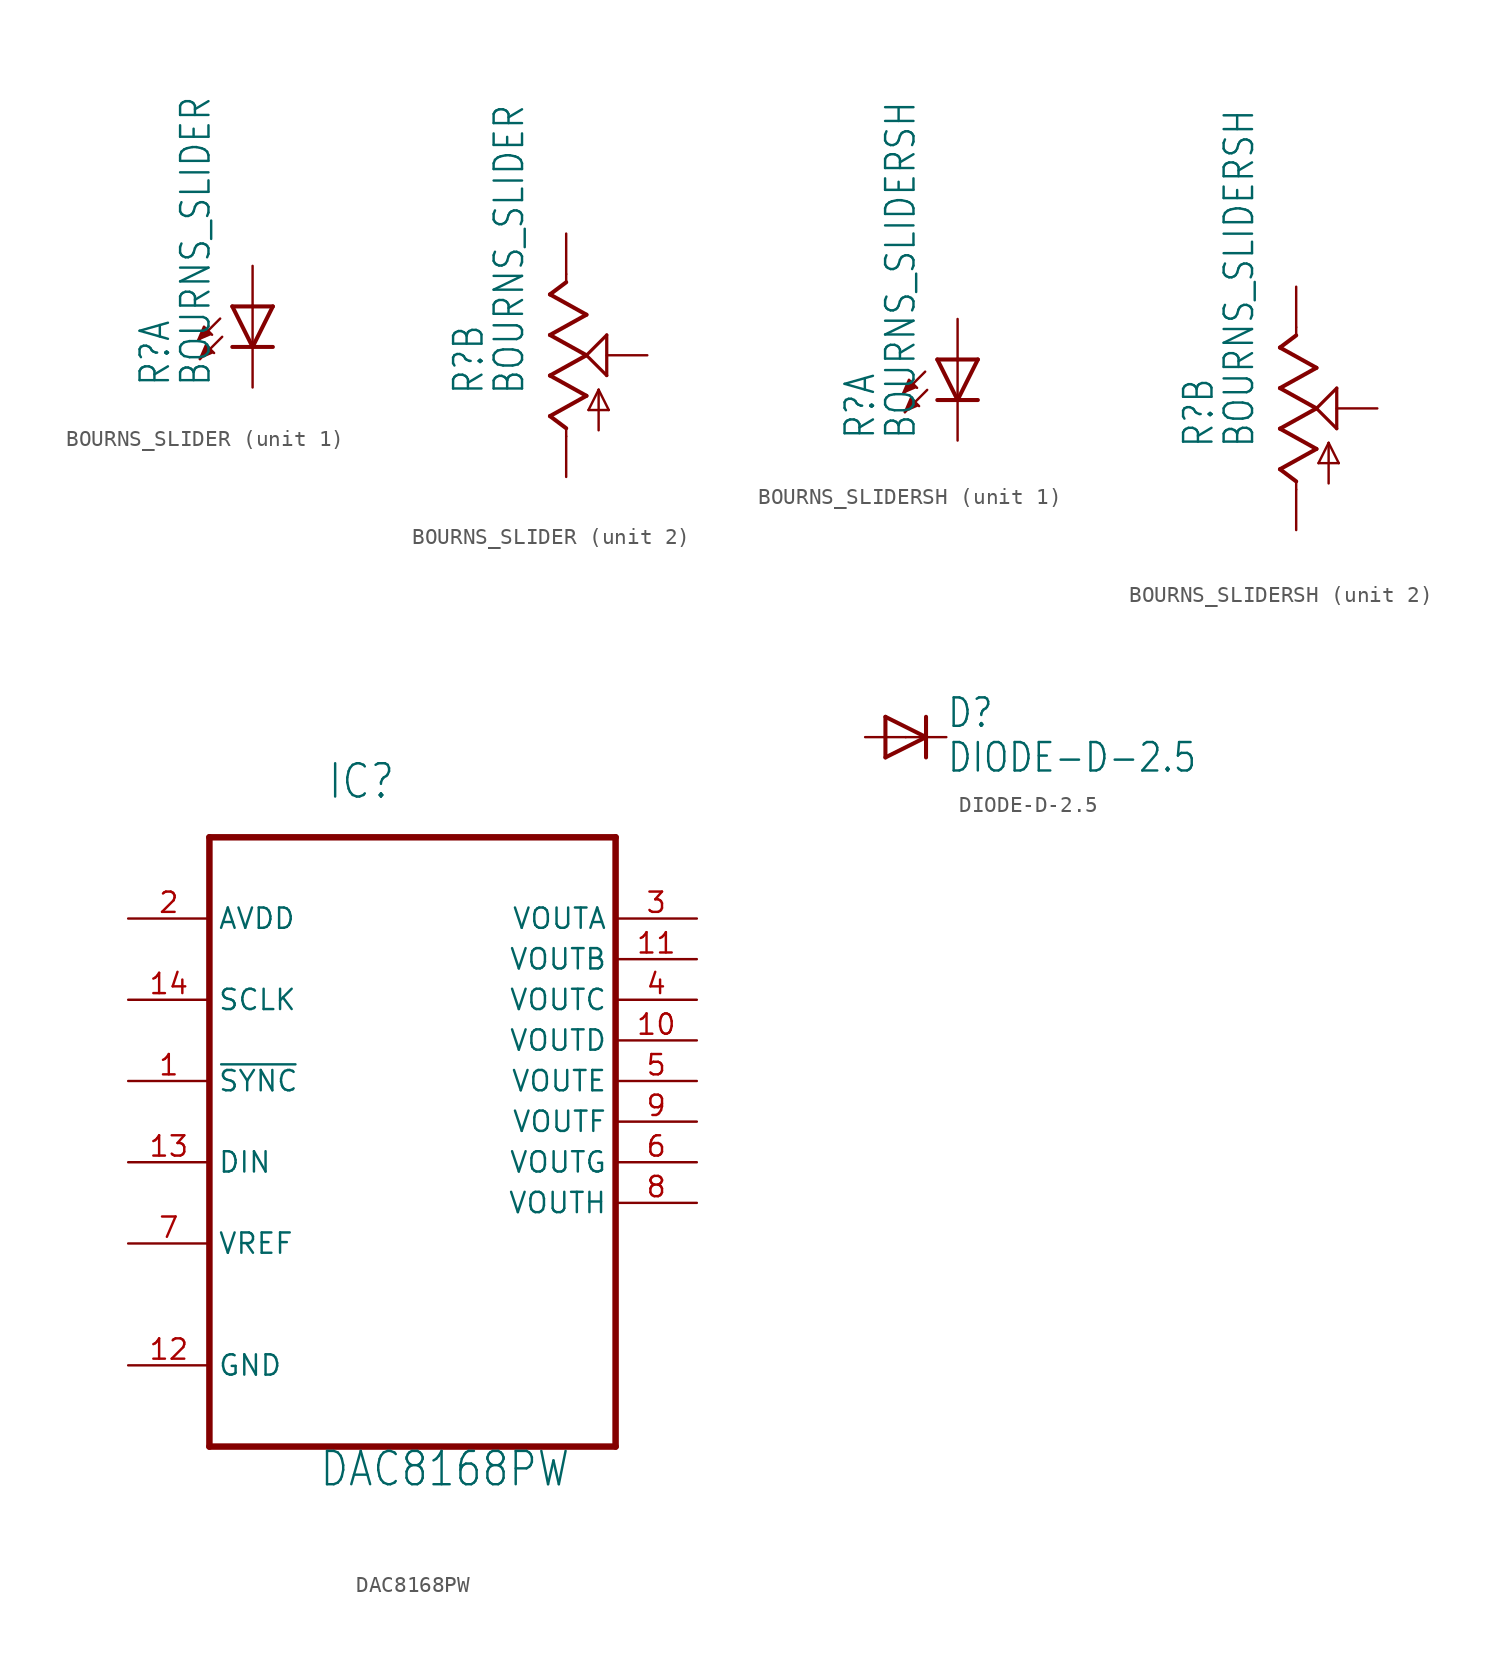
<source format=kicad_sym>
(kicad_symbol_lib
  (version 20211014)
  (generator kicad_symbol_editor)
  (symbol "BOURNS_SLIDER"
    (property "Reference" "R"
      (at -5.08 -2.54 90)
      (effects (font (size 1.778 1.511)) (justify left bottom)))
    (property "Value" "BOURNS_SLIDER"
      (at -2.54 -2.54 90)
      (effects (font (size 1.778 1.511)) (justify left bottom)))
    (property "ki_locked" ""
      (at 0 0 0)
      (effects (font (size 1.27 1.27))))
    (symbol "BOURNS_SLIDER_1_0"
      (polyline (pts (xy -2.032 1.778) (xy -3.429 0.381)) (stroke (width 0.152) (type default) (color 0 0 0 0)) (fill (type none)))
      (polyline (pts (xy -1.905 0.635) (xy -3.302 -0.762)) (stroke (width 0.152) (type default) (color 0 0 0 0)) (fill (type none)))
      (polyline (pts (xy 0 0) (xy -1.27 0)) (stroke (width 0.254) (type default) (color 0 0 0 0)) (fill (type none)))
      (polyline (pts (xy 0 0) (xy -1.27 2.54)) (stroke (width 0.254) (type default) (color 0 0 0 0)) (fill (type none)))
      (polyline (pts (xy 0 2.54) (xy -1.27 2.54)) (stroke (width 0.254) (type default) (color 0 0 0 0)) (fill (type none)))
      (polyline (pts (xy 0 2.54) (xy 0 0)) (stroke (width 0.152) (type default) (color 0 0 0 0)) (fill (type none)))
      (polyline (pts (xy 1.27 0) (xy 0 0)) (stroke (width 0.254) (type default) (color 0 0 0 0)) (fill (type none)))
      (polyline (pts (xy 1.27 2.54) (xy 0 0)) (stroke (width 0.254) (type default) (color 0 0 0 0)) (fill (type none)))
      (polyline (pts (xy 1.27 2.54) (xy 0 2.54)) (stroke (width 0.254) (type default) (color 0 0 0 0)) (fill (type none)))
      (polyline (pts (xy -3.429 0.381) (xy -3.048 1.27) (xy -2.54 0.762)) (stroke (width 0) (type default) (color 0 0 0 0)) (fill (type outline)))
      (polyline (pts (xy -3.302 -0.762) (xy -2.921 0.127) (xy -2.413 -0.381)) (stroke (width 0) (type default) (color 0 0 0 0)) (fill (type outline)))
      (pin passive line (at 0 5.08 270) (length 2.54) (name "A" (effects (font (size 0 0)))) (number "B" (effects (font (size 0 0)))))
      (pin passive line (at 0 -2.54 90) (length 2.54) (name "C" (effects (font (size 0 0)))) (number "E" (effects (font (size 0 0))))))
    (symbol "BOURNS_SLIDER_2_0"
      (polyline (pts (xy -1.016 -3.81) (xy 1.27 -2.54)) (stroke (width 0.254) (type default) (color 0 0 0 0)) (fill (type none)))
      (polyline (pts (xy -1.016 -1.27) (xy 1.27 0)) (stroke (width 0.254) (type default) (color 0 0 0 0)) (fill (type none)))
      (polyline (pts (xy -1.016 1.27) (xy 1.27 2.54)) (stroke (width 0.254) (type default) (color 0 0 0 0)) (fill (type none)))
      (polyline (pts (xy -1.016 3.81) (xy 0 4.572)) (stroke (width 0.254) (type default) (color 0 0 0 0)) (fill (type none)))
      (polyline (pts (xy 0 -5.08) (xy 0 -4.572)) (stroke (width 0.152) (type default) (color 0 0 0 0)) (fill (type none)))
      (polyline (pts (xy 0 -4.572) (xy -1.016 -3.81)) (stroke (width 0.254) (type default) (color 0 0 0 0)) (fill (type none)))
      (polyline (pts (xy 0 4.572) (xy 0 5.08)) (stroke (width 0.152) (type default) (color 0 0 0 0)) (fill (type none)))
      (polyline (pts (xy 1.27 -2.54) (xy -1.016 -1.27)) (stroke (width 0.254) (type default) (color 0 0 0 0)) (fill (type none)))
      (polyline (pts (xy 1.27 0) (xy -1.016 1.27)) (stroke (width 0.254) (type default) (color 0 0 0 0)) (fill (type none)))
      (polyline (pts (xy 1.27 0) (xy 2.54 1.27)) (stroke (width 0.203) (type default) (color 0 0 0 0)) (fill (type none)))
      (polyline (pts (xy 1.27 2.54) (xy -1.016 3.81)) (stroke (width 0.254) (type default) (color 0 0 0 0)) (fill (type none)))
      (polyline (pts (xy 1.397 -3.429) (xy 2.032 -2.159)) (stroke (width 0.152) (type default) (color 0 0 0 0)) (fill (type none)))
      (polyline (pts (xy 2.032 -4.699) (xy 2.032 -2.159)) (stroke (width 0.152) (type default) (color 0 0 0 0)) (fill (type none)))
      (polyline (pts (xy 2.032 -2.159) (xy 2.667 -3.429)) (stroke (width 0.152) (type default) (color 0 0 0 0)) (fill (type none)))
      (polyline (pts (xy 2.54 -1.27) (xy 1.27 0)) (stroke (width 0.203) (type default) (color 0 0 0 0)) (fill (type none)))
      (polyline (pts (xy 2.54 1.27) (xy 2.54 -1.27)) (stroke (width 0.203) (type default) (color 0 0 0 0)) (fill (type none)))
      (polyline (pts (xy 2.667 -3.429) (xy 1.397 -3.429)) (stroke (width 0.152) (type default) (color 0 0 0 0)) (fill (type none)))
      (pin passive line (at 0 -7.62 90) (length 2.54) (name "A" (effects (font (size 0 0)))) (number "1" (effects (font (size 0 0)))))
      (pin passive line (at 5.08 0 180) (length 2.54) (name "S" (effects (font (size 0 0)))) (number "2" (effects (font (size 0 0)))))
      (pin passive line (at 0 7.62 270) (length 2.54) (name "E" (effects (font (size 0 0)))) (number "3" (effects (font (size 0 0)))))))
  (symbol "BOURNS_SLIDERSH"
    (property "Reference" "R"
      (at -5.08 -2.54 90)
      (effects (font (size 1.778 1.511)) (justify left bottom)))
    (property "Value" "BOURNS_SLIDERSH"
      (at -2.54 -2.54 90)
      (effects (font (size 1.778 1.511)) (justify left bottom)))
    (property "ki_locked" ""
      (at 0 0 0)
      (effects (font (size 1.27 1.27))))
    (symbol "BOURNS_SLIDERSH_1_0"
      (polyline (pts (xy -2.032 1.778) (xy -3.429 0.381)) (stroke (width 0.152) (type default) (color 0 0 0 0)) (fill (type none)))
      (polyline (pts (xy -1.905 0.635) (xy -3.302 -0.762)) (stroke (width 0.152) (type default) (color 0 0 0 0)) (fill (type none)))
      (polyline (pts (xy 0 0) (xy -1.27 0)) (stroke (width 0.254) (type default) (color 0 0 0 0)) (fill (type none)))
      (polyline (pts (xy 0 0) (xy -1.27 2.54)) (stroke (width 0.254) (type default) (color 0 0 0 0)) (fill (type none)))
      (polyline (pts (xy 0 2.54) (xy -1.27 2.54)) (stroke (width 0.254) (type default) (color 0 0 0 0)) (fill (type none)))
      (polyline (pts (xy 0 2.54) (xy 0 0)) (stroke (width 0.152) (type default) (color 0 0 0 0)) (fill (type none)))
      (polyline (pts (xy 1.27 0) (xy 0 0)) (stroke (width 0.254) (type default) (color 0 0 0 0)) (fill (type none)))
      (polyline (pts (xy 1.27 2.54) (xy 0 0)) (stroke (width 0.254) (type default) (color 0 0 0 0)) (fill (type none)))
      (polyline (pts (xy 1.27 2.54) (xy 0 2.54)) (stroke (width 0.254) (type default) (color 0 0 0 0)) (fill (type none)))
      (polyline (pts (xy -3.429 0.381) (xy -3.048 1.27) (xy -2.54 0.762)) (stroke (width 0) (type default) (color 0 0 0 0)) (fill (type outline)))
      (polyline (pts (xy -3.302 -0.762) (xy -2.921 0.127) (xy -2.413 -0.381)) (stroke (width 0) (type default) (color 0 0 0 0)) (fill (type outline)))
      (pin passive line (at 0 5.08 270) (length 2.54) (name "A" (effects (font (size 0 0)))) (number "B" (effects (font (size 0 0)))))
      (pin passive line (at 0 -2.54 90) (length 2.54) (name "C" (effects (font (size 0 0)))) (number "E" (effects (font (size 0 0))))))
    (symbol "BOURNS_SLIDERSH_2_0"
      (polyline (pts (xy -1.016 -3.81) (xy 1.27 -2.54)) (stroke (width 0.254) (type default) (color 0 0 0 0)) (fill (type none)))
      (polyline (pts (xy -1.016 -1.27) (xy 1.27 0)) (stroke (width 0.254) (type default) (color 0 0 0 0)) (fill (type none)))
      (polyline (pts (xy -1.016 1.27) (xy 1.27 2.54)) (stroke (width 0.254) (type default) (color 0 0 0 0)) (fill (type none)))
      (polyline (pts (xy -1.016 3.81) (xy 0 4.572)) (stroke (width 0.254) (type default) (color 0 0 0 0)) (fill (type none)))
      (polyline (pts (xy 0 -5.08) (xy 0 -4.572)) (stroke (width 0.152) (type default) (color 0 0 0 0)) (fill (type none)))
      (polyline (pts (xy 0 -4.572) (xy -1.016 -3.81)) (stroke (width 0.254) (type default) (color 0 0 0 0)) (fill (type none)))
      (polyline (pts (xy 0 4.572) (xy 0 5.08)) (stroke (width 0.152) (type default) (color 0 0 0 0)) (fill (type none)))
      (polyline (pts (xy 1.27 -2.54) (xy -1.016 -1.27)) (stroke (width 0.254) (type default) (color 0 0 0 0)) (fill (type none)))
      (polyline (pts (xy 1.27 0) (xy -1.016 1.27)) (stroke (width 0.254) (type default) (color 0 0 0 0)) (fill (type none)))
      (polyline (pts (xy 1.27 0) (xy 2.54 1.27)) (stroke (width 0.203) (type default) (color 0 0 0 0)) (fill (type none)))
      (polyline (pts (xy 1.27 2.54) (xy -1.016 3.81)) (stroke (width 0.254) (type default) (color 0 0 0 0)) (fill (type none)))
      (polyline (pts (xy 1.397 -3.429) (xy 2.032 -2.159)) (stroke (width 0.152) (type default) (color 0 0 0 0)) (fill (type none)))
      (polyline (pts (xy 2.032 -4.699) (xy 2.032 -2.159)) (stroke (width 0.152) (type default) (color 0 0 0 0)) (fill (type none)))
      (polyline (pts (xy 2.032 -2.159) (xy 2.667 -3.429)) (stroke (width 0.152) (type default) (color 0 0 0 0)) (fill (type none)))
      (polyline (pts (xy 2.54 -1.27) (xy 1.27 0)) (stroke (width 0.203) (type default) (color 0 0 0 0)) (fill (type none)))
      (polyline (pts (xy 2.54 1.27) (xy 2.54 -1.27)) (stroke (width 0.203) (type default) (color 0 0 0 0)) (fill (type none)))
      (polyline (pts (xy 2.667 -3.429) (xy 1.397 -3.429)) (stroke (width 0.152) (type default) (color 0 0 0 0)) (fill (type none)))
      (pin passive line (at 0 -7.62 90) (length 2.54) (name "A" (effects (font (size 0 0)))) (number "1" (effects (font (size 0 0)))))
      (pin passive line (at 5.08 0 180) (length 2.54) (name "S" (effects (font (size 0 0)))) (number "2" (effects (font (size 0 0)))))
      (pin passive line (at 0 7.62 270) (length 2.54) (name "E" (effects (font (size 0 0)))) (number "3" (effects (font (size 0 0)))))))
  (symbol "DAC8168PW"
    (property "Reference" "IC"
      (at -5.359 20.066 0)
      (effects (font (size 2.083 1.77)) (justify left bottom)))
    (property "Value" "DAC8168PW"
      (at -5.867 -22.936 0)
      (effects (font (size 2.083 1.77)) (justify left bottom)))
    (property "ki_locked" ""
      (at 0 0 0)
      (effects (font (size 1.27 1.27))))
    (symbol "DAC8168PW_1_0"
      (polyline (pts (xy -12.7 -20.32) (xy 12.7 -20.32)) (stroke (width 0.406) (type default) (color 0 0 0 0)) (fill (type none)))
      (polyline (pts (xy -12.7 17.78) (xy -12.7 -20.32)) (stroke (width 0.406) (type default) (color 0 0 0 0)) (fill (type none)))
      (polyline (pts (xy 12.7 -20.32) (xy 12.7 17.78)) (stroke (width 0.406) (type default) (color 0 0 0 0)) (fill (type none)))
      (polyline (pts (xy 12.7 17.78) (xy -12.7 17.78)) (stroke (width 0.406) (type default) (color 0 0 0 0)) (fill (type none)))
      (pin input line (at -17.78 2.54 0) (length 5.08) (name "~{SYNC}" (effects (font (size 1.27 1.27)))) (number "1" (effects (font (size 1.27 1.27)))))
      (pin output line (at 17.78 5.08 180) (length 5.08) (name "VOUTD" (effects (font (size 1.27 1.27)))) (number "10" (effects (font (size 1.27 1.27)))))
      (pin output line (at 17.78 10.16 180) (length 5.08) (name "VOUTB" (effects (font (size 1.27 1.27)))) (number "11" (effects (font (size 1.27 1.27)))))
      (pin passive line (at -17.78 -15.24 0) (length 5.08) (name "GND" (effects (font (size 1.27 1.27)))) (number "12" (effects (font (size 1.27 1.27)))))
      (pin input line (at -17.78 -2.54 0) (length 5.08) (name "DIN" (effects (font (size 1.27 1.27)))) (number "13" (effects (font (size 1.27 1.27)))))
      (pin input line (at -17.78 7.62 0) (length 5.08) (name "SCLK" (effects (font (size 1.27 1.27)))) (number "14" (effects (font (size 1.27 1.27)))))
      (pin power_in line (at -17.78 12.7 0) (length 5.08) (name "AVDD" (effects (font (size 1.27 1.27)))) (number "2" (effects (font (size 1.27 1.27)))))
      (pin output line (at 17.78 12.7 180) (length 5.08) (name "VOUTA" (effects (font (size 1.27 1.27)))) (number "3" (effects (font (size 1.27 1.27)))))
      (pin output line (at 17.78 7.62 180) (length 5.08) (name "VOUTC" (effects (font (size 1.27 1.27)))) (number "4" (effects (font (size 1.27 1.27)))))
      (pin output line (at 17.78 2.54 180) (length 5.08) (name "VOUTE" (effects (font (size 1.27 1.27)))) (number "5" (effects (font (size 1.27 1.27)))))
      (pin output line (at 17.78 -2.54 180) (length 5.08) (name "VOUTG" (effects (font (size 1.27 1.27)))) (number "6" (effects (font (size 1.27 1.27)))))
      (pin input line (at -17.78 -7.62 0) (length 5.08) (name "VREF" (effects (font (size 1.27 1.27)))) (number "7" (effects (font (size 1.27 1.27)))))
      (pin output line (at 17.78 -5.08 180) (length 5.08) (name "VOUTH" (effects (font (size 1.27 1.27)))) (number "8" (effects (font (size 1.27 1.27)))))
      (pin output line (at 17.78 0 180) (length 5.08) (name "VOUTF" (effects (font (size 1.27 1.27)))) (number "9" (effects (font (size 1.27 1.27)))))))
  (symbol "DIODE-D-2.5"
    (property "Reference" "D"
      (at 2.54 0.483 0)
      (effects (font (size 1.778 1.511)) (justify left bottom)))
    (property "Value" "DIODE-D-2.5"
      (at 2.54 -2.311 0)
      (effects (font (size 1.778 1.511)) (justify left bottom)))
    (property "ki_locked" ""
      (at 0 0 0)
      (effects (font (size 1.27 1.27))))
    (symbol "DIODE-D-2.5_1_0"
      (polyline (pts (xy -1.27 -1.27) (xy 1.27 0)) (stroke (width 0.254) (type default) (color 0 0 0 0)) (fill (type none)))
      (polyline (pts (xy -1.27 1.27) (xy -1.27 -1.27)) (stroke (width 0.254) (type default) (color 0 0 0 0)) (fill (type none)))
      (polyline (pts (xy 1.27 0) (xy -1.27 1.27)) (stroke (width 0.254) (type default) (color 0 0 0 0)) (fill (type none)))
      (polyline (pts (xy 1.27 0) (xy 1.27 -1.27)) (stroke (width 0.254) (type default) (color 0 0 0 0)) (fill (type none)))
      (polyline (pts (xy 1.27 1.27) (xy 1.27 0)) (stroke (width 0.254) (type default) (color 0 0 0 0)) (fill (type none)))
      (pin passive line (at -2.54 0 0) (length 2.54) (name "A" (effects (font (size 0 0)))) (number "A" (effects (font (size 0 0)))))
      (pin passive line (at 2.54 0 180) (length 2.54) (name "C" (effects (font (size 0 0)))) (number "C" (effects (font (size 0 0))))))))
</source>
